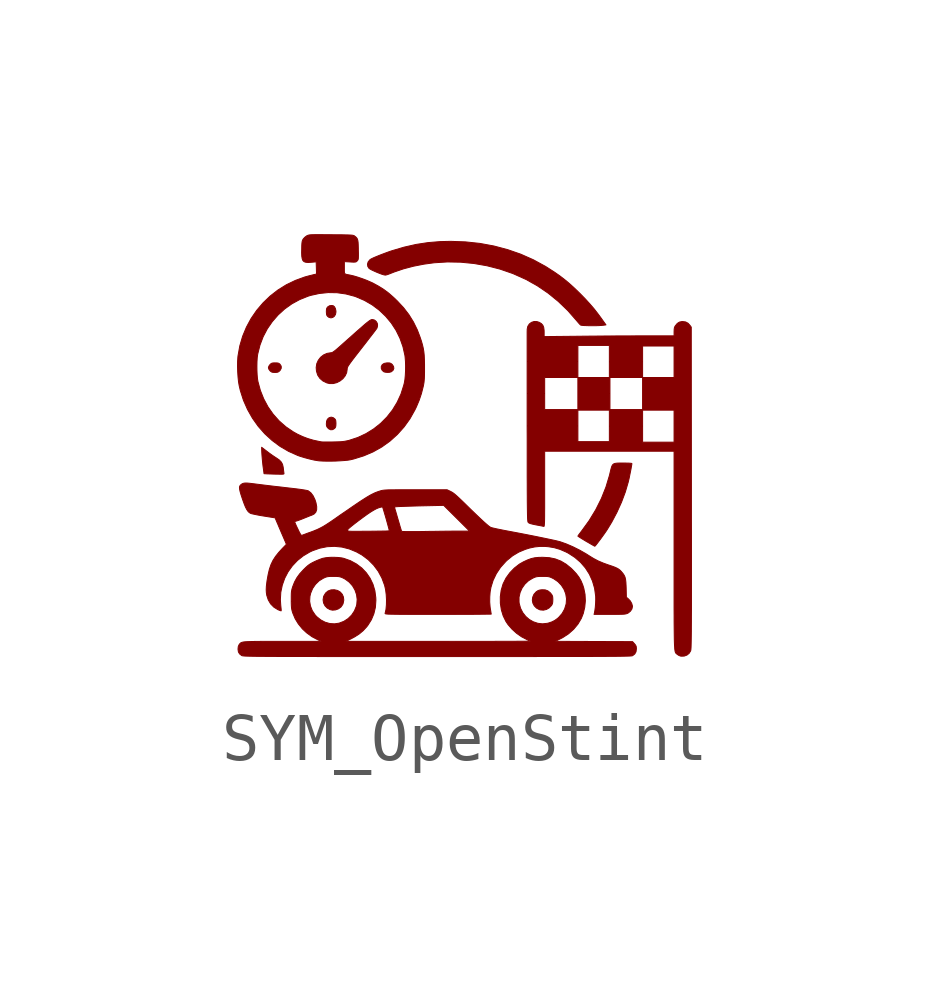
<source format=kicad_sym>
(kicad_symbol_lib
  (version 20241209)
  (generator "kicad_symbol_editor")
  (generator_version "9.0")
  (symbol "SYM_OpenStint"
    (pin_names
      (offset 1.016))
    (property "Reference" "#G"
      (at 0 5.366 0)
      (effects (font (size 1.27 1.27)) (hide yes)))
    (symbol "SYM_OpenStint_0_0"
      (polyline (pts (xy -3.891 1.594) (xy -3.857 1.598) (xy -3.832 1.608) (xy -3.809 1.628) (xy -3.796 1.643) (xy -3.776 1.684) (xy -3.778 1.726) (xy -3.803 1.765) (xy -3.811 1.772) (xy -3.832 1.786) (xy -3.86 1.792) (xy -3.904 1.793) (xy -3.933 1.793) (xy -3.965 1.789) (xy -3.987 1.779) (xy -4.01 1.759) (xy -4.034 1.726) (xy -4.044 1.694) (xy -4.035 1.662) (xy -4.01 1.628) (xy -4 1.619) (xy -3.977 1.603) (xy -3.95 1.596) (xy -3.909 1.594) (xy -3.891 1.594)) (stroke (width 0.01) (type default)) (fill (type outline)))
      (polyline (pts (xy -3.758 -0.526) (xy -3.734 -0.524) (xy -3.722 -0.52) (xy -3.719 -0.512) (xy -3.721 -0.501) (xy -3.723 -0.485) (xy -3.728 -0.449) (xy -3.733 -0.406) (xy -3.736 -0.381) (xy -3.75 -0.321) (xy -3.776 -0.273) (xy -3.816 -0.231) (xy -3.876 -0.189) (xy -3.906 -0.17) (xy -3.961 -0.133) (xy -4.02 -0.091) (xy -4.074 -0.05) (xy -4.185 0.035) (xy -4.184 -0.015) (xy -4.184 -0.024) (xy -4.182 -0.07) (xy -4.178 -0.132) (xy -4.172 -0.204) (xy -4.165 -0.28) (xy -4.157 -0.353) (xy -4.148 -0.418) (xy -4.135 -0.515) (xy -4.063 -0.519) (xy -4.034 -0.52) (xy -3.979 -0.522) (xy -3.917 -0.524) (xy -3.853 -0.525) (xy -3.799 -0.526) (xy -3.758 -0.526)) (stroke (width 0.01) (type default)) (fill (type outline)))
      (polyline (pts (xy -2.738 -0.254) (xy -2.643 -0.252) (xy -2.55 -0.247) (xy -2.464 -0.241) (xy -2.39 -0.234) (xy -2.335 -0.225) (xy -2.265 -0.208) (xy -2.059 -0.144) (xy -1.864 -0.061) (xy -1.681 0.042) (xy -1.512 0.163) (xy -1.358 0.302) (xy -1.219 0.457) (xy -1.096 0.628) (xy -0.991 0.815) (xy -0.962 0.875) (xy -0.903 1.015) (xy -0.856 1.155) (xy -0.818 1.304) (xy -0.81 1.345) (xy -0.803 1.385) (xy -0.799 1.427) (xy -0.795 1.475) (xy -0.793 1.534) (xy -0.792 1.607) (xy -0.792 1.7) (xy -0.792 1.755) (xy -0.794 1.86) (xy -0.798 1.948) (xy -0.806 2.026) (xy -0.818 2.099) (xy -0.835 2.171) (xy -0.857 2.248) (xy -0.886 2.334) (xy -0.942 2.481) (xy -1.022 2.644) (xy -1.116 2.796) (xy -1.227 2.941) (xy -1.359 3.083) (xy -1.435 3.156) (xy -1.538 3.246) (xy -1.641 3.323) (xy -1.751 3.392) (xy -1.872 3.458) (xy -1.908 3.474) (xy -1.992 3.511) (xy -2.084 3.546) (xy -2.178 3.578) (xy -2.265 3.604) (xy -2.338 3.621) (xy -2.368 3.627) (xy -2.412 3.635) (xy -2.439 3.643) (xy -2.455 3.657) (xy -2.461 3.681) (xy -2.462 3.718) (xy -2.462 3.774) (xy -2.462 3.903) (xy -2.341 3.896) (xy -2.317 3.894) (xy -2.27 3.892) (xy -2.24 3.893) (xy -2.221 3.897) (xy -2.207 3.905) (xy -2.194 3.918) (xy -2.194 3.919) (xy -2.184 3.93) (xy -2.177 3.942) (xy -2.172 3.96) (xy -2.17 3.985) (xy -2.169 4.023) (xy -2.169 4.077) (xy -2.171 4.151) (xy -2.171 4.179) (xy -2.173 4.252) (xy -2.176 4.306) (xy -2.182 4.345) (xy -2.191 4.375) (xy -2.205 4.397) (xy -2.224 4.417) (xy -2.25 4.437) (xy -2.251 4.438) (xy -2.26 4.444) (xy -2.272 4.448) (xy -2.288 4.452) (xy -2.312 4.455) (xy -2.345 4.457) (xy -2.39 4.459) (xy -2.449 4.46) (xy -2.525 4.462) (xy -2.62 4.462) (xy -2.735 4.463) (xy -2.775 4.464) (xy -2.884 4.464) (xy -2.972 4.465) (xy -3.042 4.465) (xy -3.098 4.464) (xy -3.14 4.463) (xy -3.171 4.461) (xy -3.195 4.458) (xy -3.212 4.454) (xy -3.226 4.449) (xy -3.239 4.443) (xy -3.249 4.438) (xy -3.287 4.409) (xy -3.317 4.376) (xy -3.327 4.36) (xy -3.336 4.341) (xy -3.342 4.317) (xy -3.346 4.285) (xy -3.349 4.238) (xy -3.35 4.173) (xy -3.352 4.088) (xy -3.349 4.016) (xy -3.34 3.962) (xy -3.325 3.924) (xy -3.3 3.901) (xy -3.264 3.889) (xy -3.216 3.885) (xy -3.154 3.889) (xy -3.049 3.898) (xy -3.045 3.771) (xy -3.042 3.644) (xy -3.071 3.638) (xy -3.074 3.637) (xy -3.102 3.631) (xy -3.143 3.62) (xy -3.19 3.609) (xy -3.286 3.583) (xy -3.483 3.511) (xy -3.67 3.421) (xy -3.845 3.312) (xy -4.008 3.185) (xy -4.155 3.044) (xy -4.288 2.888) (xy -4.404 2.719) (xy -4.502 2.538) (xy -4.581 2.348) (xy -4.64 2.148) (xy -4.677 1.941) (xy -4.68 1.915) (xy -4.686 1.823) (xy -4.687 1.728) (xy -4.284 1.728) (xy -4.282 1.82) (xy -4.277 1.903) (xy -4.268 1.969) (xy -4.266 1.98) (xy -4.22 2.163) (xy -4.154 2.337) (xy -4.068 2.501) (xy -3.963 2.653) (xy -3.842 2.792) (xy -3.706 2.916) (xy -3.556 3.023) (xy -3.393 3.112) (xy -3.219 3.182) (xy -3.165 3.199) (xy -2.984 3.239) (xy -2.799 3.258) (xy -2.614 3.255) (xy -2.43 3.229) (xy -2.252 3.182) (xy -2.218 3.17) (xy -2.044 3.095) (xy -1.883 3.002) (xy -1.735 2.891) (xy -1.602 2.764) (xy -1.484 2.623) (xy -1.384 2.469) (xy -1.303 2.304) (xy -1.241 2.129) (xy -1.2 1.946) (xy -1.196 1.911) (xy -1.189 1.826) (xy -1.186 1.731) (xy -1.187 1.631) (xy -1.192 1.535) (xy -1.2 1.448) (xy -1.212 1.377) (xy -1.225 1.326) (xy -1.283 1.143) (xy -1.362 0.972) (xy -1.459 0.812) (xy -1.574 0.666) (xy -1.705 0.534) (xy -1.851 0.418) (xy -2.011 0.319) (xy -2.182 0.239) (xy -2.365 0.179) (xy -2.369 0.178) (xy -2.414 0.168) (xy -2.455 0.16) (xy -2.499 0.154) (xy -2.55 0.15) (xy -2.614 0.148) (xy -2.696 0.146) (xy -2.761 0.145) (xy -2.827 0.145) (xy -2.881 0.145) (xy -2.921 0.146) (xy -2.942 0.148) (xy -2.98 0.155) (xy -3.11 0.183) (xy -3.224 0.217) (xy -3.332 0.258) (xy -3.439 0.308) (xy -3.527 0.357) (xy -3.681 0.462) (xy -3.821 0.585) (xy -3.945 0.724) (xy -4.052 0.876) (xy -4.141 1.042) (xy -4.212 1.22) (xy -4.263 1.407) (xy -4.272 1.464) (xy -4.279 1.544) (xy -4.283 1.634) (xy -4.284 1.728) (xy -4.687 1.728) (xy -4.687 1.719) (xy -4.684 1.609) (xy -4.677 1.501) (xy -4.667 1.402) (xy -4.653 1.319) (xy -4.629 1.217) (xy -4.564 1.014) (xy -4.479 0.822) (xy -4.376 0.64) (xy -4.256 0.471) (xy -4.119 0.316) (xy -3.967 0.177) (xy -3.802 0.054) (xy -3.624 -0.05) (xy -3.434 -0.135) (xy -3.386 -0.152) (xy -3.292 -0.181) (xy -3.191 -0.208) (xy -3.093 -0.231) (xy -3.007 -0.245) (xy -2.982 -0.248) (xy -2.913 -0.252) (xy -2.83 -0.254) (xy -2.738 -0.254)) (stroke (width 0.01) (type default)) (fill (type outline)))
      (polyline (pts (xy -2.705 0.403) (xy -2.666 0.427) (xy -2.656 0.438) (xy -2.644 0.459) (xy -2.639 0.487) (xy -2.637 0.531) (xy -2.638 0.553) (xy -2.641 0.589) (xy -2.649 0.612) (xy -2.664 0.63) (xy -2.696 0.653) (xy -2.736 0.663) (xy -2.778 0.651) (xy -2.786 0.646) (xy -2.815 0.619) (xy -2.832 0.578) (xy -2.837 0.52) (xy -2.835 0.493) (xy -2.826 0.462) (xy -2.802 0.433) (xy -2.788 0.42) (xy -2.747 0.4) (xy -2.705 0.403)) (stroke (width 0.01) (type default)) (fill (type outline)))
      (polyline (pts (xy -2.702 2.741) (xy -2.669 2.766) (xy -2.646 2.804) (xy -2.637 2.854) (xy -2.638 2.876) (xy -2.648 2.924) (xy -2.667 2.961) (xy -2.691 2.982) (xy -2.722 2.989) (xy -2.769 2.984) (xy -2.808 2.96) (xy -2.815 2.952) (xy -2.829 2.931) (xy -2.835 2.903) (xy -2.837 2.86) (xy -2.836 2.841) (xy -2.833 2.805) (xy -2.825 2.78) (xy -2.808 2.76) (xy -2.78 2.74) (xy -2.74 2.731) (xy -2.702 2.741)) (stroke (width 0.01) (type default)) (fill (type outline)))
      (polyline (pts (xy -2.693 1.363) (xy -2.619 1.382) (xy -2.551 1.417) (xy -2.492 1.464) (xy -2.445 1.523) (xy -2.414 1.59) (xy -2.403 1.663) (xy -2.403 1.672) (xy -2.401 1.685) (xy -2.396 1.7) (xy -2.388 1.718) (xy -2.373 1.742) (xy -2.352 1.773) (xy -2.323 1.813) (xy -2.285 1.864) (xy -2.236 1.928) (xy -2.175 2.006) (xy -2.101 2.101) (xy -2.07 2.141) (xy -2.006 2.223) (xy -1.948 2.299) (xy -1.896 2.366) (xy -1.852 2.423) (xy -1.818 2.468) (xy -1.795 2.499) (xy -1.785 2.513) (xy -1.784 2.516) (xy -1.774 2.546) (xy -1.77 2.583) (xy -1.776 2.618) (xy -1.799 2.657) (xy -1.833 2.685) (xy -1.874 2.696) (xy -1.882 2.696) (xy -1.893 2.695) (xy -1.905 2.691) (xy -1.919 2.684) (xy -1.937 2.673) (xy -1.96 2.656) (xy -1.99 2.633) (xy -2.028 2.602) (xy -2.075 2.561) (xy -2.132 2.511) (xy -2.202 2.45) (xy -2.285 2.376) (xy -2.383 2.289) (xy -2.497 2.188) (xy -2.548 2.142) (xy -2.604 2.093) (xy -2.648 2.056) (xy -2.681 2.031) (xy -2.705 2.015) (xy -2.723 2.007) (xy -2.738 2.004) (xy -2.745 2.004) (xy -2.823 1.991) (xy -2.895 1.959) (xy -2.957 1.91) (xy -3.005 1.847) (xy -3.037 1.775) (xy -3.049 1.696) (xy -3.043 1.621) (xy -3.018 1.54) (xy -2.972 1.471) (xy -2.908 1.416) (xy -2.826 1.376) (xy -2.768 1.362) (xy -2.693 1.363)) (stroke (width 0.01) (type default)) (fill (type outline)))
      (polyline (pts (xy -2.647 -3.353) (xy -2.586 -3.331) (xy -2.534 -3.294) (xy -2.498 -3.243) (xy -2.487 -3.216) (xy -2.474 -3.149) (xy -2.481 -3.085) (xy -2.506 -3.027) (xy -2.547 -2.981) (xy -2.603 -2.948) (xy -2.671 -2.933) (xy -2.74 -2.936) (xy -2.802 -2.959) (xy -2.852 -3.001) (xy -2.889 -3.062) (xy -2.895 -3.077) (xy -2.905 -3.143) (xy -2.895 -3.208) (xy -2.866 -3.266) (xy -2.82 -3.314) (xy -2.759 -3.347) (xy -2.71 -3.358) (xy -2.647 -3.353)) (stroke (width 0.01) (type default)) (fill (type outline)))
      (polyline (pts (xy -1.521 1.597) (xy -1.485 1.608) (xy -1.484 1.608) (xy -1.447 1.639) (xy -1.431 1.677) (xy -1.437 1.718) (xy -1.464 1.759) (xy -1.471 1.766) (xy -1.495 1.783) (xy -1.522 1.792) (xy -1.562 1.793) (xy -1.576 1.793) (xy -1.633 1.782) (xy -1.672 1.757) (xy -1.693 1.717) (xy -1.693 1.716) (xy -1.692 1.675) (xy -1.673 1.637) (xy -1.641 1.609) (xy -1.614 1.6) (xy -1.568 1.595) (xy -1.521 1.597)) (stroke (width 0.01) (type default)) (fill (type outline)))
      (polyline (pts (xy -0.305 -3.446) (xy -0.156 -3.446) (xy -0.015 -3.445) (xy 0.116 -3.445) (xy 0.234 -3.445) (xy 0.338 -3.444) (xy 0.427 -3.443) (xy 0.499 -3.442) (xy 0.553 -3.442) (xy 0.586 -3.441) (xy 0.598 -3.44) (xy 0.597 -3.435) (xy 0.593 -3.412) (xy 0.587 -3.373) (xy 0.579 -3.326) (xy 0.574 -3.291) (xy 0.566 -3.19) (xy 0.567 -3.082) (xy 0.575 -2.977) (xy 0.592 -2.883) (xy 0.636 -2.74) (xy 0.704 -2.598) (xy 0.792 -2.466) (xy 0.902 -2.344) (xy 0.927 -2.32) (xy 1.045 -2.224) (xy 1.171 -2.149) (xy 1.31 -2.091) (xy 1.396 -2.064) (xy 1.504 -2.041) (xy 1.609 -2.03) (xy 1.723 -2.031) (xy 1.786 -2.036) (xy 1.912 -2.057) (xy 2.031 -2.092) (xy 2.153 -2.145) (xy 2.202 -2.17) (xy 2.338 -2.258) (xy 2.458 -2.361) (xy 2.56 -2.479) (xy 2.643 -2.609) (xy 2.707 -2.751) (xy 2.751 -2.903) (xy 2.773 -3.063) (xy 2.774 -3.076) (xy 2.775 -3.142) (xy 2.772 -3.218) (xy 2.766 -3.295) (xy 2.757 -3.365) (xy 2.747 -3.42) (xy 2.74 -3.446) (xy 3.066 -3.446) (xy 3.117 -3.446) (xy 3.203 -3.446) (xy 3.27 -3.445) (xy 3.321 -3.444) (xy 3.359 -3.442) (xy 3.387 -3.439) (xy 3.409 -3.434) (xy 3.426 -3.429) (xy 3.442 -3.422) (xy 3.453 -3.416) (xy 3.498 -3.379) (xy 3.529 -3.333) (xy 3.54 -3.283) (xy 3.539 -3.269) (xy 3.524 -3.217) (xy 3.494 -3.165) (xy 3.453 -3.122) (xy 3.413 -3.088) (xy 3.409 -2.901) (xy 3.407 -2.849) (xy 3.403 -2.775) (xy 3.396 -2.717) (xy 3.385 -2.67) (xy 3.367 -2.631) (xy 3.343 -2.595) (xy 3.31 -2.556) (xy 3.306 -2.551) (xy 3.28 -2.525) (xy 3.252 -2.503) (xy 3.217 -2.483) (xy 3.173 -2.463) (xy 3.114 -2.441) (xy 3.036 -2.415) (xy 2.931 -2.377) (xy 2.827 -2.333) (xy 2.73 -2.282) (xy 2.631 -2.221) (xy 2.573 -2.184) (xy 2.44 -2.108) (xy 2.3 -2.038) (xy 2.161 -1.978) (xy 2.03 -1.932) (xy 2.01 -1.927) (xy 1.963 -1.915) (xy 1.896 -1.9) (xy 1.812 -1.882) (xy 1.712 -1.861) (xy 1.6 -1.838) (xy 1.477 -1.813) (xy 1.345 -1.787) (xy 1.207 -1.76) (xy 1.064 -1.733) (xy 0.92 -1.706) (xy 0.857 -1.694) (xy 0.778 -1.678) (xy 0.709 -1.664) (xy 0.652 -1.651) (xy 0.61 -1.641) (xy 0.588 -1.634) (xy 0.578 -1.628) (xy 0.546 -1.606) (xy 0.501 -1.568) (xy 0.441 -1.515) (xy 0.367 -1.446) (xy 0.278 -1.361) (xy 0.173 -1.26) (xy 0.053 -1.142) (xy -0.015 -1.076) (xy -0.074 -1.02) (xy -0.121 -0.977) (xy -0.159 -0.944) (xy -0.191 -0.919) (xy -0.219 -0.901) (xy -0.246 -0.886) (xy -0.322 -0.85) (xy -0.979 -0.85) (xy -1.109 -0.85) (xy -1.23 -0.85) (xy -1.331 -0.85) (xy -1.415 -0.851) (xy -1.484 -0.851) (xy -1.539 -0.852) (xy -1.583 -0.854) (xy -1.617 -0.856) (xy -1.644 -0.859) (xy -1.667 -0.862) (xy -1.686 -0.866) (xy -1.704 -0.871) (xy -1.723 -0.877) (xy -1.752 -0.886) (xy -1.788 -0.899) (xy -1.824 -0.913) (xy -1.861 -0.931) (xy -1.902 -0.951) (xy -1.948 -0.977) (xy -2 -1.008) (xy -2.06 -1.046) (xy -2.13 -1.091) (xy -2.21 -1.145) (xy -2.304 -1.209) (xy -2.412 -1.284) (xy -2.537 -1.369) (xy -2.678 -1.468) (xy -2.757 -1.522) (xy -2.835 -1.573) (xy -2.903 -1.615) (xy -2.967 -1.649) (xy -3.031 -1.68) (xy -3.079 -1.699) (xy -2.397 -1.699) (xy -2.396 -1.687) (xy -2.382 -1.668) (xy -2.354 -1.642) (xy -2.309 -1.605) (xy -2.247 -1.556) (xy -2.17 -1.497) (xy -2.069 -1.422) (xy -1.983 -1.36) (xy -1.91 -1.311) (xy -1.847 -1.273) (xy -1.793 -1.244) (xy -1.746 -1.225) (xy -1.703 -1.213) (xy -1.666 -1.206) (xy -1.661 -1.222) (xy -1.413 -1.222) (xy -1.41 -1.206) (xy -1.404 -1.205) (xy -1.378 -1.203) (xy -1.332 -1.2) (xy -1.27 -1.198) (xy -1.192 -1.195) (xy -1.103 -1.192) (xy -1.003 -1.189) (xy -0.897 -1.186) (xy -0.393 -1.175) (xy -0.123 -1.443) (xy 0.146 -1.711) (xy -0.082 -1.712) (xy -0.147 -1.712) (xy -0.231 -1.712) (xy -0.33 -1.713) (xy -0.439 -1.714) (xy -0.554 -1.716) (xy -0.672 -1.717) (xy -0.787 -1.719) (xy -0.806 -1.719) (xy -0.914 -1.721) (xy -1.013 -1.721) (xy -1.098 -1.721) (xy -1.168 -1.721) (xy -1.222 -1.72) (xy -1.256 -1.718) (xy -1.269 -1.716) (xy -1.274 -1.702) (xy -1.284 -1.669) (xy -1.299 -1.621) (xy -1.316 -1.561) (xy -1.336 -1.494) (xy -1.355 -1.429) (xy -1.373 -1.366) (xy -1.389 -1.311) (xy -1.401 -1.271) (xy -1.408 -1.249) (xy -1.408 -1.249) (xy -1.413 -1.222) (xy -1.661 -1.222) (xy -1.636 -1.303) (xy -1.633 -1.313) (xy -1.608 -1.398) (xy -1.585 -1.478) (xy -1.565 -1.551) (xy -1.548 -1.613) (xy -1.535 -1.661) (xy -1.528 -1.693) (xy -1.526 -1.706) (xy -1.527 -1.706) (xy -1.546 -1.707) (xy -1.583 -1.709) (xy -1.637 -1.71) (xy -1.703 -1.711) (xy -1.779 -1.712) (xy -1.861 -1.713) (xy -1.947 -1.714) (xy -2.033 -1.714) (xy -2.115 -1.715) (xy -2.191 -1.715) (xy -2.256 -1.715) (xy -2.309 -1.715) (xy -2.346 -1.714) (xy -2.363 -1.713) (xy -2.364 -1.713) (xy -2.385 -1.707) (xy -2.397 -1.699) (xy -3.079 -1.699) (xy -3.102 -1.709) (xy -3.182 -1.739) (xy -3.187 -1.74) (xy -3.242 -1.76) (xy -3.289 -1.778) (xy -3.325 -1.791) (xy -3.344 -1.799) (xy -3.347 -1.8) (xy -3.357 -1.798) (xy -3.369 -1.786) (xy -3.384 -1.762) (xy -3.405 -1.722) (xy -3.433 -1.663) (xy -3.441 -1.647) (xy -3.465 -1.596) (xy -3.483 -1.554) (xy -3.495 -1.525) (xy -3.499 -1.514) (xy -3.498 -1.514) (xy -3.483 -1.508) (xy -3.456 -1.5) (xy -3.442 -1.496) (xy -3.405 -1.483) (xy -3.357 -1.465) (xy -3.305 -1.444) (xy -3.278 -1.433) (xy -3.223 -1.411) (xy -3.174 -1.391) (xy -3.137 -1.378) (xy -3.091 -1.354) (xy -3.057 -1.317) (xy -3.039 -1.266) (xy -3.038 -1.202) (xy -3.053 -1.121) (xy -3.074 -1.056) (xy -3.113 -0.975) (xy -3.16 -0.913) (xy -3.216 -0.871) (xy -3.22 -0.87) (xy -3.248 -0.863) (xy -3.298 -0.854) (xy -3.37 -0.843) (xy -3.462 -0.831) (xy -3.573 -0.818) (xy -3.703 -0.803) (xy -3.803 -0.791) (xy -3.913 -0.779) (xy -4.02 -0.766) (xy -4.12 -0.754) (xy -4.208 -0.743) (xy -4.281 -0.734) (xy -4.335 -0.727) (xy -4.359 -0.724) (xy -4.434 -0.715) (xy -4.49 -0.71) (xy -4.532 -0.71) (xy -4.563 -0.715) (xy -4.588 -0.724) (xy -4.611 -0.739) (xy -4.612 -0.74) (xy -4.631 -0.758) (xy -4.643 -0.778) (xy -4.647 -0.804) (xy -4.644 -0.84) (xy -4.634 -0.887) (xy -4.616 -0.949) (xy -4.589 -1.031) (xy -4.582 -1.052) (xy -4.55 -1.141) (xy -4.522 -1.21) (xy -4.495 -1.262) (xy -4.469 -1.3) (xy -4.442 -1.326) (xy -4.412 -1.343) (xy -4.41 -1.344) (xy -4.384 -1.351) (xy -4.339 -1.361) (xy -4.28 -1.373) (xy -4.212 -1.386) (xy -4.138 -1.398) (xy -3.905 -1.435) (xy -3.855 -1.553) (xy -3.853 -1.556) (xy -3.829 -1.614) (xy -3.799 -1.684) (xy -3.767 -1.759) (xy -3.737 -1.828) (xy -3.669 -1.986) (xy -3.755 -2.074) (xy -3.829 -2.155) (xy -3.895 -2.238) (xy -3.949 -2.322) (xy -3.991 -2.41) (xy -4.024 -2.507) (xy -4.05 -2.618) (xy -4.073 -2.747) (xy -4.077 -2.779) (xy -4.087 -2.863) (xy -4.09 -2.932) (xy -4.087 -2.992) (xy -4.078 -3.05) (xy -4.047 -3.144) (xy -3.998 -3.227) (xy -3.931 -3.295) (xy -3.848 -3.347) (xy -3.818 -3.36) (xy -3.791 -3.37) (xy -3.779 -3.372) (xy -3.778 -3.367) (xy -3.778 -3.344) (xy -3.782 -3.305) (xy -3.787 -3.257) (xy -3.795 -3.14) (xy -3.786 -2.986) (xy -3.755 -2.837) (xy -3.704 -2.693) (xy -3.634 -2.559) (xy -3.545 -2.435) (xy -3.439 -2.323) (xy -3.318 -2.227) (xy -3.181 -2.146) (xy -3.125 -2.12) (xy -2.974 -2.067) (xy -2.821 -2.036) (xy -2.666 -2.029) (xy -2.512 -2.044) (xy -2.359 -2.083) (xy -2.209 -2.145) (xy -2.092 -2.211) (xy -1.963 -2.308) (xy -1.851 -2.421) (xy -1.756 -2.548) (xy -1.68 -2.689) (xy -1.623 -2.842) (xy -1.603 -2.931) (xy -1.59 -3.034) (xy -1.584 -3.141) (xy -1.586 -3.247) (xy -1.595 -3.344) (xy -1.613 -3.425) (xy -1.613 -3.429) (xy -1.611 -3.432) (xy -1.604 -3.434) (xy -1.592 -3.437) (xy -1.573 -3.439) (xy -1.545 -3.441) (xy -1.508 -3.442) (xy -1.46 -3.443) (xy -1.399 -3.444) (xy -1.325 -3.445) (xy -1.235 -3.445) (xy -1.129 -3.446) (xy -1.004 -3.446) (xy -0.861 -3.446) (xy -0.697 -3.446) (xy -0.511 -3.446) (xy -0.463 -3.446) (xy -0.305 -3.446)) (stroke (width 0.01) (type default)) (fill (type outline)))
      (polyline (pts (xy 0.783 -4.325) (xy 1.067 -4.325) (xy 1.332 -4.325) (xy 1.577 -4.324) (xy 1.804 -4.324) (xy 2.013 -4.324) (xy 2.205 -4.324) (xy 2.38 -4.324) (xy 2.54 -4.323) (xy 2.684 -4.323) (xy 2.815 -4.322) (xy 2.932 -4.322) (xy 3.036 -4.321) (xy 3.128 -4.32) (xy 3.208 -4.32) (xy 3.278 -4.319) (xy 3.337 -4.318) (xy 3.388 -4.317) (xy 3.429 -4.316) (xy 3.463 -4.315) (xy 3.49 -4.314) (xy 3.51 -4.312) (xy 3.525 -4.311) (xy 3.534 -4.309) (xy 3.539 -4.308) (xy 3.544 -4.305) (xy 3.588 -4.271) (xy 3.614 -4.225) (xy 3.622 -4.165) (xy 3.622 -4.151) (xy 3.618 -4.115) (xy 3.606 -4.088) (xy 3.582 -4.058) (xy 3.542 -4.014) (xy 2.735 -4.011) (xy 1.928 -4.008) (xy 2.034 -3.957) (xy 2.087 -3.93) (xy 2.208 -3.851) (xy 2.314 -3.757) (xy 2.404 -3.649) (xy 2.474 -3.531) (xy 2.515 -3.428) (xy 2.546 -3.298) (xy 2.559 -3.163) (xy 2.552 -3.029) (xy 2.526 -2.901) (xy 2.505 -2.834) (xy 2.469 -2.748) (xy 2.425 -2.671) (xy 2.37 -2.598) (xy 2.297 -2.52) (xy 2.264 -2.487) (xy 2.158 -2.401) (xy 2.049 -2.336) (xy 1.933 -2.291) (xy 1.808 -2.265) (xy 1.67 -2.257) (xy 1.587 -2.259) (xy 1.505 -2.267) (xy 1.43 -2.284) (xy 1.354 -2.312) (xy 1.268 -2.352) (xy 1.185 -2.399) (xy 1.08 -2.481) (xy 0.986 -2.578) (xy 0.907 -2.687) (xy 0.849 -2.802) (xy 0.843 -2.816) (xy 0.805 -2.944) (xy 0.787 -3.079) (xy 0.788 -3.189) (xy 1.177 -3.189) (xy 1.177 -3.088) (xy 1.199 -2.991) (xy 1.24 -2.899) (xy 1.299 -2.816) (xy 1.373 -2.746) (xy 1.462 -2.692) (xy 1.472 -2.688) (xy 1.507 -2.672) (xy 1.537 -2.663) (xy 1.57 -2.658) (xy 1.612 -2.655) (xy 1.671 -2.655) (xy 1.696 -2.655) (xy 1.747 -2.656) (xy 1.784 -2.659) (xy 1.814 -2.666) (xy 1.844 -2.677) (xy 1.881 -2.695) (xy 1.901 -2.705) (xy 1.988 -2.765) (xy 2.059 -2.839) (xy 2.114 -2.925) (xy 2.15 -3.018) (xy 2.166 -3.118) (xy 2.16 -3.219) (xy 2.157 -3.234) (xy 2.126 -3.336) (xy 2.075 -3.427) (xy 2.008 -3.504) (xy 1.98 -3.53) (xy 1.92 -3.573) (xy 1.858 -3.604) (xy 1.785 -3.628) (xy 1.766 -3.632) (xy 1.666 -3.643) (xy 1.569 -3.632) (xy 1.476 -3.601) (xy 1.391 -3.553) (xy 1.317 -3.489) (xy 1.255 -3.41) (xy 1.209 -3.32) (xy 1.181 -3.219) (xy 1.177 -3.189) (xy 0.788 -3.189) (xy 0.788 -3.215) (xy 0.808 -3.349) (xy 0.847 -3.477) (xy 0.904 -3.594) (xy 0.948 -3.659) (xy 1.03 -3.753) (xy 1.126 -3.84) (xy 1.23 -3.913) (xy 1.336 -3.968) (xy 1.339 -3.969) (xy 1.377 -3.985) (xy 1.405 -3.998) (xy 1.417 -4.004) (xy 1.408 -4.004) (xy 1.377 -4.005) (xy 1.325 -4.005) (xy 1.253 -4.006) (xy 1.162 -4.006) (xy 1.054 -4.007) (xy 0.929 -4.007) (xy 0.79 -4.007) (xy 0.637 -4.008) (xy 0.471 -4.008) (xy 0.293 -4.008) (xy 0.106 -4.008) (xy -0.09 -4.008) (xy -0.294 -4.009) (xy -0.505 -4.009) (xy -2.432 -4.009) (xy -2.315 -3.951) (xy -2.244 -3.913) (xy -2.151 -3.853) (xy -2.071 -3.786) (xy -1.998 -3.707) (xy -1.972 -3.674) (xy -1.899 -3.558) (xy -1.847 -3.433) (xy -1.815 -3.298) (xy -1.805 -3.153) (xy -1.807 -3.097) (xy -1.826 -2.953) (xy -1.866 -2.818) (xy -1.926 -2.693) (xy -2.004 -2.58) (xy -2.099 -2.48) (xy -2.21 -2.396) (xy -2.335 -2.328) (xy -2.474 -2.279) (xy -2.514 -2.27) (xy -2.59 -2.261) (xy -2.675 -2.257) (xy -2.762 -2.258) (xy -2.842 -2.265) (xy -2.907 -2.277) (xy -2.927 -2.283) (xy -2.979 -2.302) (xy -3.038 -2.326) (xy -3.094 -2.352) (xy -3.132 -2.371) (xy -3.177 -2.397) (xy -3.218 -2.426) (xy -3.26 -2.463) (xy -3.311 -2.513) (xy -3.316 -2.518) (xy -3.393 -2.602) (xy -3.452 -2.684) (xy -3.499 -2.77) (xy -3.537 -2.866) (xy -3.538 -2.869) (xy -3.55 -2.907) (xy -3.558 -2.94) (xy -3.564 -2.975) (xy -3.567 -3.016) (xy -3.568 -3.07) (xy -3.568 -3.141) (xy -3.568 -3.173) (xy -3.185 -3.173) (xy -3.179 -3.07) (xy -3.164 -3.006) (xy -3.123 -2.907) (xy -3.063 -2.82) (xy -2.988 -2.747) (xy -2.898 -2.692) (xy -2.888 -2.688) (xy -2.853 -2.672) (xy -2.823 -2.663) (xy -2.791 -2.658) (xy -2.749 -2.655) (xy -2.69 -2.655) (xy -2.674 -2.655) (xy -2.62 -2.656) (xy -2.581 -2.659) (xy -2.55 -2.665) (xy -2.519 -2.675) (xy -2.482 -2.692) (xy -2.443 -2.713) (xy -2.36 -2.775) (xy -2.292 -2.851) (xy -2.241 -2.939) (xy -2.208 -3.034) (xy -2.195 -3.135) (xy -2.203 -3.237) (xy -2.212 -3.276) (xy -2.252 -3.374) (xy -2.31 -3.461) (xy -2.384 -3.534) (xy -2.472 -3.591) (xy -2.571 -3.629) (xy -2.666 -3.643) (xy -2.765 -3.637) (xy -2.863 -3.609) (xy -2.954 -3.561) (xy -3.037 -3.494) (xy -3.071 -3.457) (xy -3.13 -3.369) (xy -3.168 -3.273) (xy -3.185 -3.173) (xy -3.568 -3.173) (xy -3.568 -3.212) (xy -3.566 -3.267) (xy -3.563 -3.309) (xy -3.557 -3.344) (xy -3.549 -3.378) (xy -3.537 -3.417) (xy -3.537 -3.417) (xy -3.487 -3.536) (xy -3.421 -3.644) (xy -3.336 -3.748) (xy -3.249 -3.829) (xy -3.135 -3.912) (xy -3.015 -3.975) (xy -2.936 -4.008) (xy -3.748 -4.008) (xy -3.803 -4.008) (xy -3.958 -4.008) (xy -4.091 -4.008) (xy -4.204 -4.009) (xy -4.3 -4.01) (xy -4.38 -4.011) (xy -4.445 -4.013) (xy -4.497 -4.015) (xy -4.538 -4.018) (xy -4.569 -4.022) (xy -4.593 -4.028) (xy -4.61 -4.034) (xy -4.623 -4.042) (xy -4.634 -4.051) (xy -4.643 -4.062) (xy -4.652 -4.074) (xy -4.657 -4.081) (xy -4.672 -4.117) (xy -4.677 -4.166) (xy -4.677 -4.174) (xy -4.669 -4.228) (xy -4.645 -4.269) (xy -4.602 -4.303) (xy -4.601 -4.304) (xy -4.596 -4.306) (xy -4.591 -4.307) (xy -4.583 -4.309) (xy -4.573 -4.311) (xy -4.559 -4.312) (xy -4.541 -4.314) (xy -4.518 -4.315) (xy -4.488 -4.316) (xy -4.453 -4.317) (xy -4.41 -4.318) (xy -4.359 -4.319) (xy -4.299 -4.32) (xy -4.23 -4.321) (xy -4.151 -4.321) (xy -4.061 -4.322) (xy -3.959 -4.322) (xy -3.845 -4.323) (xy -3.717 -4.323) (xy -3.576 -4.324) (xy -3.42 -4.324) (xy -3.249 -4.324) (xy -3.061 -4.324) (xy -2.857 -4.325) (xy -2.635 -4.325) (xy -2.395 -4.325) (xy -2.136 -4.325) (xy -1.857 -4.325) (xy -1.558 -4.325) (xy -1.238 -4.325) (xy -0.895 -4.325) (xy -0.53 -4.325) (xy -0.198 -4.325) (xy 0.151 -4.325) (xy 0.477 -4.325) (xy 0.783 -4.325)) (stroke (width 0.01) (type default)) (fill (type outline)))
      (polyline (pts (xy 1.749 -3.343) (xy 1.806 -3.31) (xy 1.852 -3.262) (xy 1.859 -3.252) (xy 1.873 -3.223) (xy 1.879 -3.188) (xy 1.881 -3.14) (xy 1.88 -3.102) (xy 1.876 -3.07) (xy 1.865 -3.044) (xy 1.846 -3.018) (xy 1.826 -2.994) (xy 1.778 -2.956) (xy 1.723 -2.936) (xy 1.657 -2.933) (xy 1.613 -2.938) (xy 1.576 -2.949) (xy 1.543 -2.97) (xy 1.533 -2.977) (xy 1.487 -3.029) (xy 1.462 -3.088) (xy 1.454 -3.15) (xy 1.465 -3.211) (xy 1.494 -3.267) (xy 1.54 -3.314) (xy 1.601 -3.347) (xy 1.621 -3.353) (xy 1.685 -3.358) (xy 1.749 -3.343)) (stroke (width 0.01) (type default)) (fill (type outline)))
      (polyline (pts (xy 2.76 -2.023) (xy 2.778 -2.004) (xy 2.804 -1.971) (xy 2.837 -1.927) (xy 2.875 -1.877) (xy 2.914 -1.823) (xy 2.952 -1.77) (xy 2.987 -1.72) (xy 3.016 -1.676) (xy 3.109 -1.523) (xy 3.217 -1.319) (xy 3.312 -1.109) (xy 3.391 -0.898) (xy 3.451 -0.694) (xy 3.46 -0.656) (xy 3.473 -0.601) (xy 3.485 -0.539) (xy 3.498 -0.476) (xy 3.51 -0.416) (xy 3.519 -0.363) (xy 3.526 -0.324) (xy 3.528 -0.303) (xy 3.524 -0.301) (xy 3.502 -0.298) (xy 3.462 -0.295) (xy 3.409 -0.294) (xy 3.347 -0.293) (xy 3.283 -0.293) (xy 3.221 -0.295) (xy 3.176 -0.301) (xy 3.144 -0.314) (xy 3.122 -0.336) (xy 3.106 -0.371) (xy 3.092 -0.42) (xy 3.076 -0.486) (xy 3.061 -0.55) (xy 2.988 -0.792) (xy 2.893 -1.031) (xy 2.776 -1.265) (xy 2.638 -1.492) (xy 2.48 -1.71) (xy 2.455 -1.743) (xy 2.428 -1.778) (xy 2.41 -1.804) (xy 2.403 -1.816) (xy 2.41 -1.821) (xy 2.433 -1.837) (xy 2.471 -1.861) (xy 2.52 -1.891) (xy 2.576 -1.925) (xy 2.622 -1.951) (xy 2.673 -1.981) (xy 2.715 -2.005) (xy 2.744 -2.021) (xy 2.755 -2.027) (xy 2.76 -2.023)) (stroke (width 0.01) (type default)) (fill (type outline)))
      (polyline (pts (xy 2.772 2.568) (xy 2.836 2.57) (xy 2.891 2.573) (xy 2.933 2.577) (xy 2.988 2.585) (xy 2.905 2.701) (xy 2.897 2.713) (xy 2.815 2.824) (xy 2.736 2.925) (xy 2.652 3.022) (xy 2.561 3.122) (xy 2.456 3.23) (xy 2.416 3.269) (xy 2.314 3.367) (xy 2.218 3.453) (xy 2.124 3.531) (xy 2.025 3.607) (xy 1.916 3.683) (xy 1.729 3.803) (xy 1.476 3.941) (xy 1.212 4.058) (xy 0.938 4.153) (xy 0.655 4.228) (xy 0.363 4.282) (xy 0.062 4.314) (xy -0.246 4.325) (xy -0.464 4.32) (xy -0.719 4.299) (xy -0.967 4.261) (xy -1.215 4.205) (xy -1.469 4.13) (xy -1.517 4.114) (xy -1.589 4.088) (xy -1.664 4.06) (xy -1.736 4.032) (xy -1.802 4.005) (xy -1.858 3.981) (xy -1.899 3.961) (xy -1.923 3.947) (xy -1.932 3.939) (xy -1.966 3.897) (xy -1.98 3.85) (xy -1.974 3.804) (xy -1.949 3.764) (xy -1.933 3.752) (xy -1.896 3.731) (xy -1.847 3.708) (xy -1.791 3.683) (xy -1.734 3.66) (xy -1.681 3.64) (xy -1.637 3.627) (xy -1.609 3.622) (xy -1.587 3.626) (xy -1.551 3.637) (xy -1.509 3.653) (xy -1.423 3.687) (xy -1.231 3.752) (xy -1.023 3.807) (xy -0.804 3.85) (xy -0.59 3.879) (xy -0.316 3.896) (xy -0.04 3.891) (xy 0.237 3.864) (xy 0.511 3.816) (xy 0.78 3.747) (xy 1.041 3.657) (xy 1.072 3.644) (xy 1.321 3.532) (xy 1.557 3.4) (xy 1.782 3.247) (xy 1.993 3.075) (xy 2.192 2.884) (xy 2.377 2.673) (xy 2.386 2.662) (xy 2.417 2.626) (xy 2.443 2.597) (xy 2.459 2.582) (xy 2.46 2.581) (xy 2.482 2.576) (xy 2.521 2.572) (xy 2.575 2.57) (xy 2.637 2.568) (xy 2.705 2.568) (xy 2.772 2.568)) (stroke (width 0.01) (type default)) (fill (type outline)))
      (polyline (pts (xy 4.618 -4.315) (xy 4.675 -4.294) (xy 4.721 -4.257) (xy 4.752 -4.206) (xy 4.753 -4.202) (xy 4.755 -4.193) (xy 4.757 -4.182) (xy 4.758 -4.166) (xy 4.76 -4.146) (xy 4.761 -4.119) (xy 4.762 -4.086) (xy 4.763 -4.046) (xy 4.764 -3.997) (xy 4.765 -3.94) (xy 4.766 -3.872) (xy 4.767 -3.794) (xy 4.767 -3.705) (xy 4.768 -3.604) (xy 4.768 -3.489) (xy 4.769 -3.361) (xy 4.769 -3.218) (xy 4.769 -3.059) (xy 4.769 -2.885) (xy 4.769 -2.693) (xy 4.769 -2.484) (xy 4.769 -2.256) (xy 4.769 -2.009) (xy 4.769 -1.741) (xy 4.768 -1.452) (xy 4.768 -1.142) (xy 4.768 -0.809) (xy 4.765 2.538) (xy 4.739 2.574) (xy 4.698 2.619) (xy 4.648 2.646) (xy 4.587 2.654) (xy 4.571 2.654) (xy 4.518 2.643) (xy 4.474 2.615) (xy 4.434 2.567) (xy 4.426 2.555) (xy 4.414 2.527) (xy 4.409 2.493) (xy 4.407 2.442) (xy 4.407 2.356) (xy 3.765 2.356) (xy 3.752 2.356) (xy 3.609 2.356) (xy 3.448 2.355) (xy 3.274 2.355) (xy 3.094 2.354) (xy 2.912 2.353) (xy 2.734 2.351) (xy 2.566 2.35) (xy 2.412 2.348) (xy 1.7 2.341) (xy 1.7 2.438) (xy 1.699 2.473) (xy 1.691 2.533) (xy 1.673 2.577) (xy 1.643 2.611) (xy 1.599 2.638) (xy 1.548 2.654) (xy 1.49 2.655) (xy 1.436 2.637) (xy 1.391 2.603) (xy 1.36 2.555) (xy 1.347 2.495) (xy 1.347 2.495) (xy 1.347 2.478) (xy 1.346 2.438) (xy 1.346 2.377) (xy 1.346 2.297) (xy 1.346 2.199) (xy 1.346 2.083) (xy 1.346 1.951) (xy 1.346 1.823) (xy 2.403 1.823) (xy 2.403 2.157) (xy 2.731 2.157) (xy 3.059 2.157) (xy 3.059 1.823) (xy 3.059 1.817) (xy 3.751 1.817) (xy 3.751 2.145) (xy 4.079 2.145) (xy 4.407 2.145) (xy 4.407 1.817) (xy 4.407 1.489) (xy 4.079 1.489) (xy 3.751 1.489) (xy 3.751 1.817) (xy 3.059 1.817) (xy 3.059 1.489) (xy 2.731 1.489) (xy 2.403 1.489) (xy 2.403 1.823) (xy 1.346 1.823) (xy 1.346 1.805) (xy 1.346 1.645) (xy 1.346 1.473) (xy 1.346 1.29) (xy 1.346 1.155) (xy 1.711 1.155) (xy 1.711 1.489) (xy 2.057 1.489) (xy 2.403 1.489) (xy 2.403 1.155) (xy 3.071 1.155) (xy 3.071 1.489) (xy 3.411 1.489) (xy 3.751 1.489) (xy 3.751 1.155) (xy 3.751 0.821) (xy 3.411 0.821) (xy 3.071 0.821) (xy 3.071 1.155) (xy 2.403 1.155) (xy 2.403 0.821) (xy 2.057 0.821) (xy 1.711 0.821) (xy 1.711 1.155) (xy 1.346 1.155) (xy 1.346 1.098) (xy 1.346 0.897) (xy 1.346 0.688) (xy 1.346 0.481) (xy 2.403 0.481) (xy 2.403 0.809) (xy 2.731 0.809) (xy 3.059 0.809) (xy 3.059 0.481) (xy 3.059 0.475) (xy 3.751 0.475) (xy 3.751 0.809) (xy 4.079 0.809) (xy 4.407 0.809) (xy 4.407 0.475) (xy 4.407 0.141) (xy 4.079 0.141) (xy 3.751 0.141) (xy 3.751 0.475) (xy 3.059 0.475) (xy 3.059 0.152) (xy 2.731 0.152) (xy 2.403 0.152) (xy 2.403 0.481) (xy 1.346 0.481) (xy 1.346 0.474) (xy 1.346 0.469) (xy 1.347 0.216) (xy 1.347 -0.013) (xy 1.347 -0.222) (xy 1.347 -0.41) (xy 1.347 -0.579) (xy 1.348 -0.729) (xy 1.348 -0.863) (xy 1.349 -0.981) (xy 1.349 -1.083) (xy 1.35 -1.172) (xy 1.351 -1.248) (xy 1.352 -1.312) (xy 1.353 -1.365) (xy 1.354 -1.408) (xy 1.355 -1.443) (xy 1.357 -1.47) (xy 1.359 -1.491) (xy 1.36 -1.506) (xy 1.363 -1.516) (xy 1.365 -1.523) (xy 1.368 -1.528) (xy 1.37 -1.532) (xy 1.387 -1.544) (xy 1.418 -1.556) (xy 1.465 -1.568) (xy 1.532 -1.582) (xy 1.585 -1.592) (xy 1.635 -1.601) (xy 1.672 -1.609) (xy 1.691 -1.613) (xy 1.692 -1.613) (xy 1.696 -1.613) (xy 1.7 -1.608) (xy 1.702 -1.597) (xy 1.704 -1.58) (xy 1.706 -1.554) (xy 1.708 -1.517) (xy 1.709 -1.469) (xy 1.71 -1.406) (xy 1.71 -1.329) (xy 1.711 -1.234) (xy 1.711 -1.121) (xy 1.711 -0.988) (xy 1.711 -0.833) (xy 1.711 -0.047) (xy 3.059 -0.047) (xy 4.407 -0.047) (xy 4.407 -2.116) (xy 4.407 -2.307) (xy 4.407 -2.551) (xy 4.407 -2.774) (xy 4.407 -2.976) (xy 4.407 -3.158) (xy 4.407 -3.322) (xy 4.408 -3.468) (xy 4.408 -3.598) (xy 4.409 -3.712) (xy 4.41 -3.812) (xy 4.411 -3.899) (xy 4.412 -3.973) (xy 4.414 -4.035) (xy 4.416 -4.088) (xy 4.419 -4.131) (xy 4.421 -4.166) (xy 4.425 -4.193) (xy 4.428 -4.215) (xy 4.433 -4.231) (xy 4.437 -4.243) (xy 4.443 -4.252) (xy 4.448 -4.258) (xy 4.455 -4.264) (xy 4.462 -4.27) (xy 4.47 -4.277) (xy 4.501 -4.298) (xy 4.538 -4.314) (xy 4.556 -4.317) (xy 4.618 -4.315)) (stroke (width 0.01) (type default)) (fill (type outline))))))
</source>
